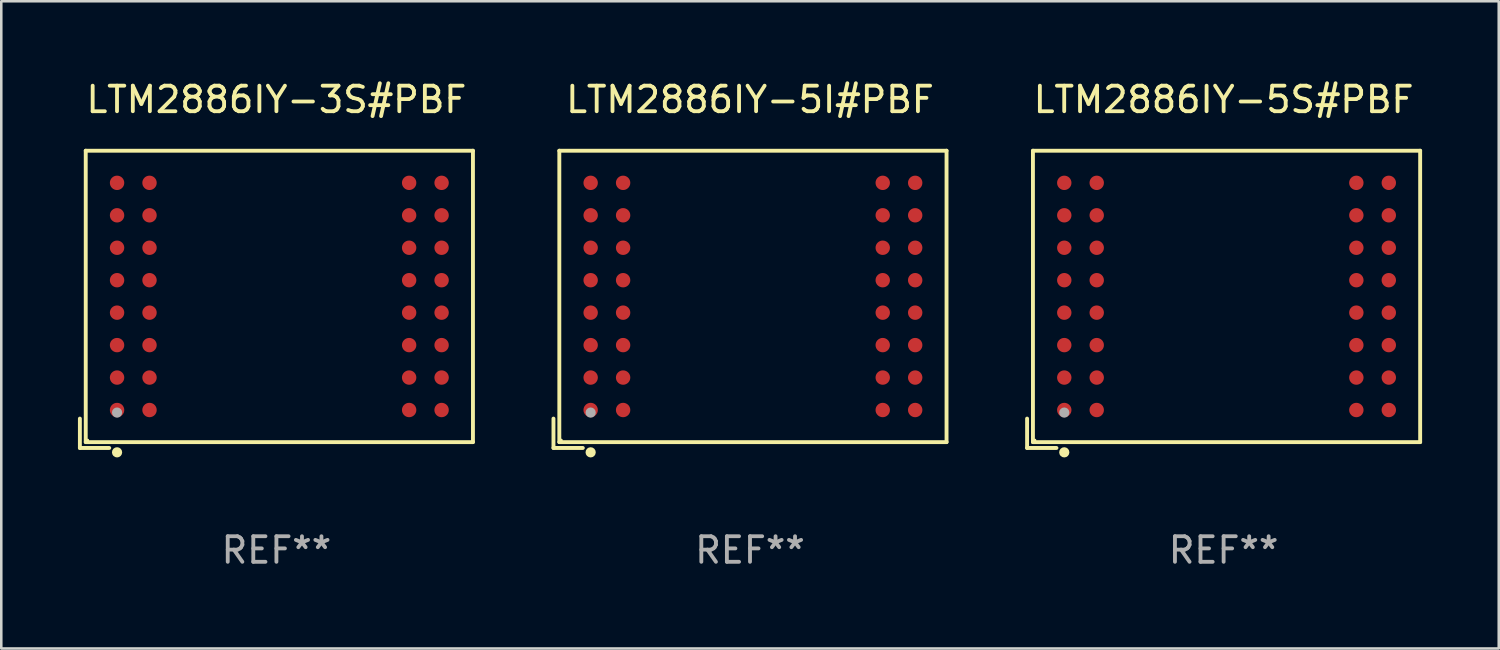
<source format=kicad_pcb>
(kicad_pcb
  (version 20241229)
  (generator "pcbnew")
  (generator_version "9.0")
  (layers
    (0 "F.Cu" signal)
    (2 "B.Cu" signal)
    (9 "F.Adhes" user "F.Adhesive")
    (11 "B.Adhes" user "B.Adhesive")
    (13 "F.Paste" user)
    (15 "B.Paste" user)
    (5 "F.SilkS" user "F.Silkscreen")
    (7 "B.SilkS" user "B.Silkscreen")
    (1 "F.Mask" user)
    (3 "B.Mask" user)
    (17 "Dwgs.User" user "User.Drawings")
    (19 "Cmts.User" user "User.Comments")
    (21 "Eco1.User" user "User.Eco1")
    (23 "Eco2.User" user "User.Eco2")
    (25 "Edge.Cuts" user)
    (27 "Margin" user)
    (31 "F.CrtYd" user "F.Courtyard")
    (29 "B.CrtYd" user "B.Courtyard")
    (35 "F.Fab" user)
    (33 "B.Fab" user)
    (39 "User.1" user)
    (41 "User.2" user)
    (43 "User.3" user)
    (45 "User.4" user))
  (footprint "LTM2886IY-3S#PBF"
    (layer "F.Cu")
    (at 7.767 8.664)
    (property "Reference" "LTM2886IY-3S#PBF" (at 0 -7.816 0) (layer "F.SilkS") (effects (font (size 1 1) (thickness 0.15))))
    (attr through_hole)
    (fp_line (start -7.691 4.667) (end -7.691 5.816) (stroke (width 0.152) (type solid)) (layer "F.SilkS"))
    (fp_line (start -7.691 5.816) (end -6.542 5.816) (stroke (width 0.152) (type solid)) (layer "F.SilkS"))
    (fp_line (start -7.462 -5.816) (end 7.691 -5.816) (stroke (width 0.152) (type solid)) (layer "F.SilkS"))
    (fp_line (start -7.462 5.587) (end -7.462 -5.816) (stroke (width 0.152) (type solid)) (layer "F.SilkS"))
    (fp_line (start 7.691 -5.816) (end 7.691 5.587) (stroke (width 0.152) (type solid)) (layer "F.SilkS"))
    (fp_line (start 7.691 5.587) (end -7.462 5.587) (stroke (width 0.152) (type solid)) (layer "F.SilkS"))
    (fp_circle (center -7.386 5.511) (end -7.356 5.511) (stroke (width 0.06) (type solid)) (fill no) (layer "F.SilkS"))
    (fp_circle (center -6.236 5.987) (end -6.136 5.987) (stroke (width 0.2) (type solid)) (fill no) (layer "F.SilkS"))
    (fp_circle (center -6.236 4.431) (end -6.136 4.431) (stroke (width 0.2) (type solid)) (fill no) (layer "F.Fab"))
    (fp_text user "REF**" (at 0 9.816 0) (layer "F.Fab") (effects (font (size 1 1) (thickness 0.15))))
    (pad "A1" smd circle (at -6.236 4.331) (size 0.563 0.563) (layers "F.Cu" "F.Mask" "F.Paste"))
    (pad "A2" smd circle (at -6.236 3.061) (size 0.563 0.563) (layers "F.Cu" "F.Mask" "F.Paste"))
    (pad "A3" smd circle (at -6.236 1.791) (size 0.563 0.563) (layers "F.Cu" "F.Mask" "F.Paste"))
    (pad "A4" smd circle (at -6.236 0.521) (size 0.563 0.563) (layers "F.Cu" "F.Mask" "F.Paste"))
    (pad "A5" smd circle (at -6.236 -0.749) (size 0.563 0.563) (layers "F.Cu" "F.Mask" "F.Paste"))
    (pad "A6" smd circle (at -6.236 -2.019) (size 0.563 0.563) (layers "F.Cu" "F.Mask" "F.Paste"))
    (pad "A7" smd circle (at -6.236 -3.289) (size 0.563 0.563) (layers "F.Cu" "F.Mask" "F.Paste"))
    (pad "A8" smd circle (at -6.236 -4.559) (size 0.563 0.563) (layers "F.Cu" "F.Mask" "F.Paste"))
    (pad "B1" smd circle (at -4.966 4.331) (size 0.563 0.563) (layers "F.Cu" "F.Mask" "F.Paste"))
    (pad "B2" smd circle (at -4.966 3.061) (size 0.563 0.563) (layers "F.Cu" "F.Mask" "F.Paste"))
    (pad "B3" smd circle (at -4.966 1.791) (size 0.563 0.563) (layers "F.Cu" "F.Mask" "F.Paste"))
    (pad "B4" smd circle (at -4.966 0.521) (size 0.563 0.563) (layers "F.Cu" "F.Mask" "F.Paste"))
    (pad "B5" smd circle (at -4.966 -0.749) (size 0.563 0.563) (layers "F.Cu" "F.Mask" "F.Paste"))
    (pad "B6" smd circle (at -4.966 -2.019) (size 0.563 0.563) (layers "F.Cu" "F.Mask" "F.Paste"))
    (pad "B7" smd circle (at -4.966 -3.289) (size 0.563 0.563) (layers "F.Cu" "F.Mask" "F.Paste"))
    (pad "B8" smd circle (at -4.966 -4.559) (size 0.563 0.563) (layers "F.Cu" "F.Mask" "F.Paste"))
    (pad "K1" smd circle (at 5.194 4.331) (size 0.563 0.563) (layers "F.Cu" "F.Mask" "F.Paste"))
    (pad "K2" smd circle (at 5.194 3.061) (size 0.563 0.563) (layers "F.Cu" "F.Mask" "F.Paste"))
    (pad "K3" smd circle (at 5.194 1.791) (size 0.563 0.563) (layers "F.Cu" "F.Mask" "F.Paste"))
    (pad "K4" smd circle (at 5.194 0.521) (size 0.563 0.563) (layers "F.Cu" "F.Mask" "F.Paste"))
    (pad "K5" smd circle (at 5.194 -0.749) (size 0.563 0.563) (layers "F.Cu" "F.Mask" "F.Paste"))
    (pad "K6" smd circle (at 5.194 -2.019) (size 0.563 0.563) (layers "F.Cu" "F.Mask" "F.Paste"))
    (pad "K7" smd circle (at 5.194 -3.289) (size 0.563 0.563) (layers "F.Cu" "F.Mask" "F.Paste"))
    (pad "K8" smd circle (at 5.194 -4.559) (size 0.563 0.563) (layers "F.Cu" "F.Mask" "F.Paste"))
    (pad "L1" smd circle (at 6.464 4.331) (size 0.563 0.563) (layers "F.Cu" "F.Mask" "F.Paste"))
    (pad "L2" smd circle (at 6.464 3.061) (size 0.563 0.563) (layers "F.Cu" "F.Mask" "F.Paste"))
    (pad "L3" smd circle (at 6.464 1.791) (size 0.563 0.563) (layers "F.Cu" "F.Mask" "F.Paste"))
    (pad "L4" smd circle (at 6.464 0.521) (size 0.563 0.563) (layers "F.Cu" "F.Mask" "F.Paste"))
    (pad "L5" smd circle (at 6.464 -0.749) (size 0.563 0.563) (layers "F.Cu" "F.Mask" "F.Paste"))
    (pad "L6" smd circle (at 6.464 -2.019) (size 0.563 0.563) (layers "F.Cu" "F.Mask" "F.Paste"))
    (pad "L7" smd circle (at 6.464 -3.289) (size 0.563 0.563) (layers "F.Cu" "F.Mask" "F.Paste"))
    (pad "L8" smd circle (at 6.464 -4.559) (size 0.563 0.563) (layers "F.Cu" "F.Mask" "F.Paste")))
  (footprint "LTM2886IY-5S#PBF"
    (layer "F.Cu")
    (at 44.834 8.664)
    (property "Reference" "LTM2886IY-5S#PBF" (at 0 -7.816 0) (layer "F.SilkS") (effects (font (size 1 1) (thickness 0.15))))
    (attr through_hole)
    (fp_line (start -7.691 4.667) (end -7.691 5.816) (stroke (width 0.152) (type solid)) (layer "F.SilkS"))
    (fp_line (start -7.691 5.816) (end -6.542 5.816) (stroke (width 0.152) (type solid)) (layer "F.SilkS"))
    (fp_line (start -7.462 -5.816) (end 7.691 -5.816) (stroke (width 0.152) (type solid)) (layer "F.SilkS"))
    (fp_line (start -7.462 5.587) (end -7.462 -5.816) (stroke (width 0.152) (type solid)) (layer "F.SilkS"))
    (fp_line (start 7.691 -5.816) (end 7.691 5.587) (stroke (width 0.152) (type solid)) (layer "F.SilkS"))
    (fp_line (start 7.691 5.587) (end -7.462 5.587) (stroke (width 0.152) (type solid)) (layer "F.SilkS"))
    (fp_circle (center -7.386 5.511) (end -7.356 5.511) (stroke (width 0.06) (type solid)) (fill no) (layer "F.SilkS"))
    (fp_circle (center -6.236 5.987) (end -6.136 5.987) (stroke (width 0.2) (type solid)) (fill no) (layer "F.SilkS"))
    (fp_circle (center -6.236 4.431) (end -6.136 4.431) (stroke (width 0.2) (type solid)) (fill no) (layer "F.Fab"))
    (fp_text user "REF**" (at 0 9.816 0) (layer "F.Fab") (effects (font (size 1 1) (thickness 0.15))))
    (pad "A1" smd circle (at -6.236 4.331) (size 0.563 0.563) (layers "F.Cu" "F.Mask" "F.Paste"))
    (pad "A2" smd circle (at -6.236 3.061) (size 0.563 0.563) (layers "F.Cu" "F.Mask" "F.Paste"))
    (pad "A3" smd circle (at -6.236 1.791) (size 0.563 0.563) (layers "F.Cu" "F.Mask" "F.Paste"))
    (pad "A4" smd circle (at -6.236 0.521) (size 0.563 0.563) (layers "F.Cu" "F.Mask" "F.Paste"))
    (pad "A5" smd circle (at -6.236 -0.749) (size 0.563 0.563) (layers "F.Cu" "F.Mask" "F.Paste"))
    (pad "A6" smd circle (at -6.236 -2.019) (size 0.563 0.563) (layers "F.Cu" "F.Mask" "F.Paste"))
    (pad "A7" smd circle (at -6.236 -3.289) (size 0.563 0.563) (layers "F.Cu" "F.Mask" "F.Paste"))
    (pad "A8" smd circle (at -6.236 -4.559) (size 0.563 0.563) (layers "F.Cu" "F.Mask" "F.Paste"))
    (pad "B1" smd circle (at -4.966 4.331) (size 0.563 0.563) (layers "F.Cu" "F.Mask" "F.Paste"))
    (pad "B2" smd circle (at -4.966 3.061) (size 0.563 0.563) (layers "F.Cu" "F.Mask" "F.Paste"))
    (pad "B3" smd circle (at -4.966 1.791) (size 0.563 0.563) (layers "F.Cu" "F.Mask" "F.Paste"))
    (pad "B4" smd circle (at -4.966 0.521) (size 0.563 0.563) (layers "F.Cu" "F.Mask" "F.Paste"))
    (pad "B5" smd circle (at -4.966 -0.749) (size 0.563 0.563) (layers "F.Cu" "F.Mask" "F.Paste"))
    (pad "B6" smd circle (at -4.966 -2.019) (size 0.563 0.563) (layers "F.Cu" "F.Mask" "F.Paste"))
    (pad "B7" smd circle (at -4.966 -3.289) (size 0.563 0.563) (layers "F.Cu" "F.Mask" "F.Paste"))
    (pad "B8" smd circle (at -4.966 -4.559) (size 0.563 0.563) (layers "F.Cu" "F.Mask" "F.Paste"))
    (pad "K1" smd circle (at 5.194 4.331) (size 0.563 0.563) (layers "F.Cu" "F.Mask" "F.Paste"))
    (pad "K2" smd circle (at 5.194 3.061) (size 0.563 0.563) (layers "F.Cu" "F.Mask" "F.Paste"))
    (pad "K3" smd circle (at 5.194 1.791) (size 0.563 0.563) (layers "F.Cu" "F.Mask" "F.Paste"))
    (pad "K4" smd circle (at 5.194 0.521) (size 0.563 0.563) (layers "F.Cu" "F.Mask" "F.Paste"))
    (pad "K5" smd circle (at 5.194 -0.749) (size 0.563 0.563) (layers "F.Cu" "F.Mask" "F.Paste"))
    (pad "K6" smd circle (at 5.194 -2.019) (size 0.563 0.563) (layers "F.Cu" "F.Mask" "F.Paste"))
    (pad "K7" smd circle (at 5.194 -3.289) (size 0.563 0.563) (layers "F.Cu" "F.Mask" "F.Paste"))
    (pad "K8" smd circle (at 5.194 -4.559) (size 0.563 0.563) (layers "F.Cu" "F.Mask" "F.Paste"))
    (pad "L1" smd circle (at 6.464 4.331) (size 0.563 0.563) (layers "F.Cu" "F.Mask" "F.Paste"))
    (pad "L2" smd circle (at 6.464 3.061) (size 0.563 0.563) (layers "F.Cu" "F.Mask" "F.Paste"))
    (pad "L3" smd circle (at 6.464 1.791) (size 0.563 0.563) (layers "F.Cu" "F.Mask" "F.Paste"))
    (pad "L4" smd circle (at 6.464 0.521) (size 0.563 0.563) (layers "F.Cu" "F.Mask" "F.Paste"))
    (pad "L5" smd circle (at 6.464 -0.749) (size 0.563 0.563) (layers "F.Cu" "F.Mask" "F.Paste"))
    (pad "L6" smd circle (at 6.464 -2.019) (size 0.563 0.563) (layers "F.Cu" "F.Mask" "F.Paste"))
    (pad "L7" smd circle (at 6.464 -3.289) (size 0.563 0.563) (layers "F.Cu" "F.Mask" "F.Paste"))
    (pad "L8" smd circle (at 6.464 -4.559) (size 0.563 0.563) (layers "F.Cu" "F.Mask" "F.Paste")))
  (footprint "LTM2886IY-5I#PBF"
    (layer "F.Cu")
    (at 26.3 8.664)
    (property "Reference" "LTM2886IY-5I#PBF" (at 0 -7.816 0) (layer "F.SilkS") (effects (font (size 1 1) (thickness 0.15))))
    (attr through_hole)
    (fp_line (start -7.691 4.667) (end -7.691 5.816) (stroke (width 0.152) (type solid)) (layer "F.SilkS"))
    (fp_line (start -7.691 5.816) (end -6.542 5.816) (stroke (width 0.152) (type solid)) (layer "F.SilkS"))
    (fp_line (start -7.462 -5.816) (end 7.691 -5.816) (stroke (width 0.152) (type solid)) (layer "F.SilkS"))
    (fp_line (start -7.462 5.587) (end -7.462 -5.816) (stroke (width 0.152) (type solid)) (layer "F.SilkS"))
    (fp_line (start 7.691 -5.816) (end 7.691 5.587) (stroke (width 0.152) (type solid)) (layer "F.SilkS"))
    (fp_line (start 7.691 5.587) (end -7.462 5.587) (stroke (width 0.152) (type solid)) (layer "F.SilkS"))
    (fp_circle (center -7.386 5.511) (end -7.356 5.511) (stroke (width 0.06) (type solid)) (fill no) (layer "F.SilkS"))
    (fp_circle (center -6.236 5.987) (end -6.136 5.987) (stroke (width 0.2) (type solid)) (fill no) (layer "F.SilkS"))
    (fp_circle (center -6.236 4.431) (end -6.136 4.431) (stroke (width 0.2) (type solid)) (fill no) (layer "F.Fab"))
    (fp_text user "REF**" (at 0 9.816 0) (layer "F.Fab") (effects (font (size 1 1) (thickness 0.15))))
    (pad "A1" smd circle (at -6.236 4.331) (size 0.563 0.563) (layers "F.Cu" "F.Mask" "F.Paste"))
    (pad "A2" smd circle (at -6.236 3.061) (size 0.563 0.563) (layers "F.Cu" "F.Mask" "F.Paste"))
    (pad "A3" smd circle (at -6.236 1.791) (size 0.563 0.563) (layers "F.Cu" "F.Mask" "F.Paste"))
    (pad "A4" smd circle (at -6.236 0.521) (size 0.563 0.563) (layers "F.Cu" "F.Mask" "F.Paste"))
    (pad "A5" smd circle (at -6.236 -0.749) (size 0.563 0.563) (layers "F.Cu" "F.Mask" "F.Paste"))
    (pad "A6" smd circle (at -6.236 -2.019) (size 0.563 0.563) (layers "F.Cu" "F.Mask" "F.Paste"))
    (pad "A7" smd circle (at -6.236 -3.289) (size 0.563 0.563) (layers "F.Cu" "F.Mask" "F.Paste"))
    (pad "A8" smd circle (at -6.236 -4.559) (size 0.563 0.563) (layers "F.Cu" "F.Mask" "F.Paste"))
    (pad "B1" smd circle (at -4.966 4.331) (size 0.563 0.563) (layers "F.Cu" "F.Mask" "F.Paste"))
    (pad "B2" smd circle (at -4.966 3.061) (size 0.563 0.563) (layers "F.Cu" "F.Mask" "F.Paste"))
    (pad "B3" smd circle (at -4.966 1.791) (size 0.563 0.563) (layers "F.Cu" "F.Mask" "F.Paste"))
    (pad "B4" smd circle (at -4.966 0.521) (size 0.563 0.563) (layers "F.Cu" "F.Mask" "F.Paste"))
    (pad "B5" smd circle (at -4.966 -0.749) (size 0.563 0.563) (layers "F.Cu" "F.Mask" "F.Paste"))
    (pad "B6" smd circle (at -4.966 -2.019) (size 0.563 0.563) (layers "F.Cu" "F.Mask" "F.Paste"))
    (pad "B7" smd circle (at -4.966 -3.289) (size 0.563 0.563) (layers "F.Cu" "F.Mask" "F.Paste"))
    (pad "B8" smd circle (at -4.966 -4.559) (size 0.563 0.563) (layers "F.Cu" "F.Mask" "F.Paste"))
    (pad "K1" smd circle (at 5.194 4.331) (size 0.563 0.563) (layers "F.Cu" "F.Mask" "F.Paste"))
    (pad "K2" smd circle (at 5.194 3.061) (size 0.563 0.563) (layers "F.Cu" "F.Mask" "F.Paste"))
    (pad "K3" smd circle (at 5.194 1.791) (size 0.563 0.563) (layers "F.Cu" "F.Mask" "F.Paste"))
    (pad "K4" smd circle (at 5.194 0.521) (size 0.563 0.563) (layers "F.Cu" "F.Mask" "F.Paste"))
    (pad "K5" smd circle (at 5.194 -0.749) (size 0.563 0.563) (layers "F.Cu" "F.Mask" "F.Paste"))
    (pad "K6" smd circle (at 5.194 -2.019) (size 0.563 0.563) (layers "F.Cu" "F.Mask" "F.Paste"))
    (pad "K7" smd circle (at 5.194 -3.289) (size 0.563 0.563) (layers "F.Cu" "F.Mask" "F.Paste"))
    (pad "K8" smd circle (at 5.194 -4.559) (size 0.563 0.563) (layers "F.Cu" "F.Mask" "F.Paste"))
    (pad "L1" smd circle (at 6.464 4.331) (size 0.563 0.563) (layers "F.Cu" "F.Mask" "F.Paste"))
    (pad "L2" smd circle (at 6.464 3.061) (size 0.563 0.563) (layers "F.Cu" "F.Mask" "F.Paste"))
    (pad "L3" smd circle (at 6.464 1.791) (size 0.563 0.563) (layers "F.Cu" "F.Mask" "F.Paste"))
    (pad "L4" smd circle (at 6.464 0.521) (size 0.563 0.563) (layers "F.Cu" "F.Mask" "F.Paste"))
    (pad "L5" smd circle (at 6.464 -0.749) (size 0.563 0.563) (layers "F.Cu" "F.Mask" "F.Paste"))
    (pad "L6" smd circle (at 6.464 -2.019) (size 0.563 0.563) (layers "F.Cu" "F.Mask" "F.Paste"))
    (pad "L7" smd circle (at 6.464 -3.289) (size 0.563 0.563) (layers "F.Cu" "F.Mask" "F.Paste"))
    (pad "L8" smd circle (at 6.464 -4.559) (size 0.563 0.563) (layers "F.Cu" "F.Mask" "F.Paste")))
  (gr_rect
    (start -3 -3)
    (end 55.6 22.328)
    (stroke (width 0.1) (type default))
    (fill no)
    (layer "Edge.Cuts")))
</source>
